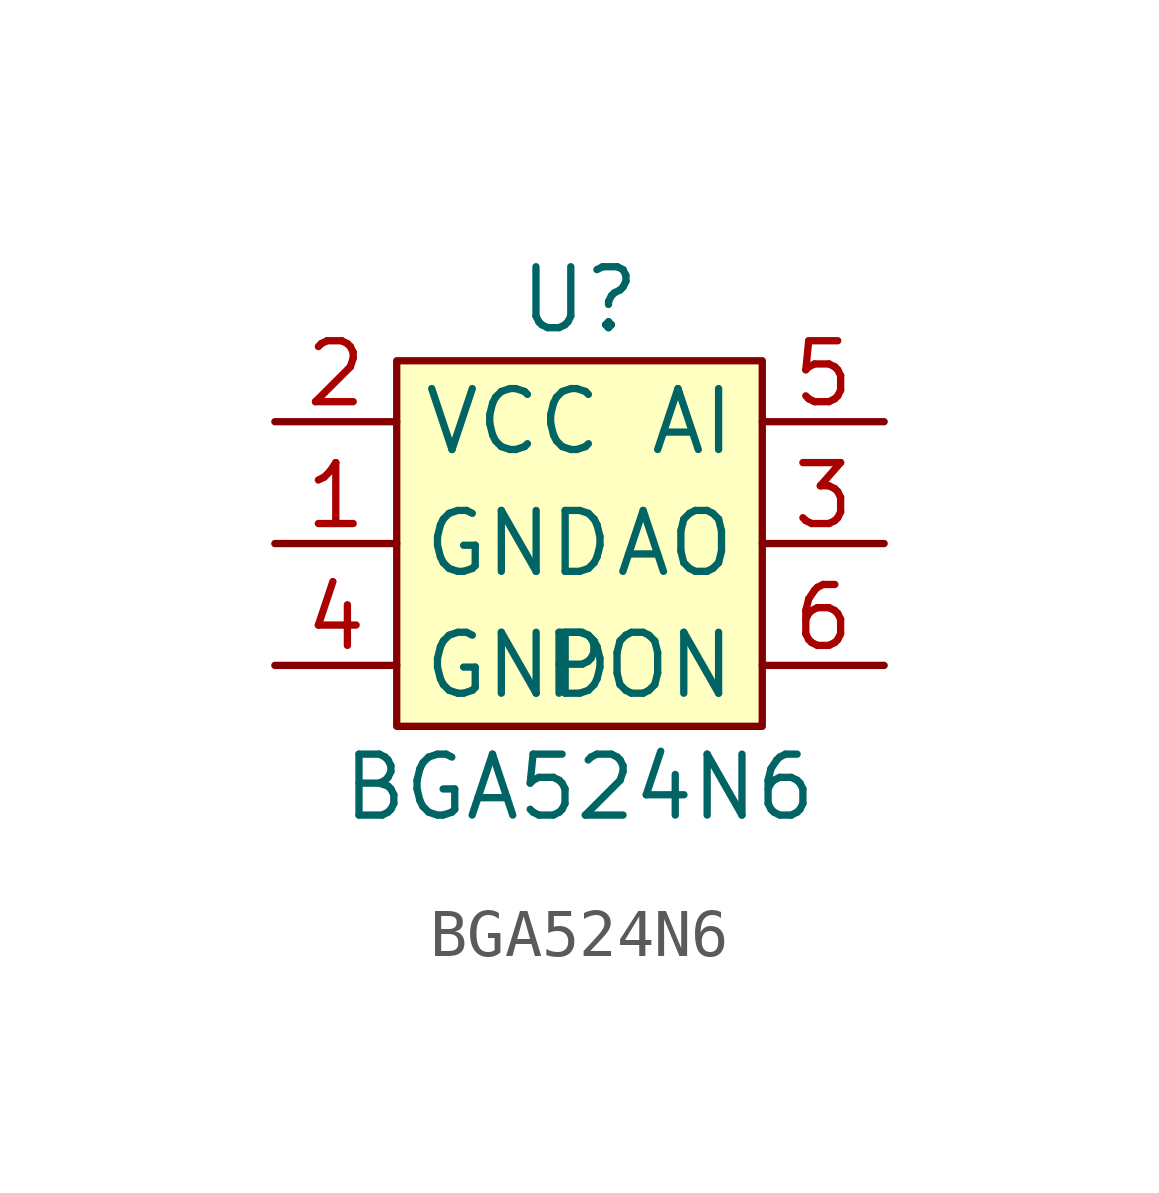
<source format=kicad_sym>
(kicad_symbol_lib
  (version 20220914)
  (generator kicad_symbol_editor)
  (symbol "BGA524N6"
    (property "Reference" "U"
      (at 0 5.08 0)
      (effects (font (size 1.27 1.27))))
    (property "Value" "BGA524N6"
      (at 0 -5.08 0)
      (effects (font (size 1.27 1.27))))
    (symbol "BGA524N6_1_1"
      (rectangle (start -3.81 3.81) (end 3.81 -3.81) (stroke (width 0) (type default)) (fill (type background)))
      (pin power_in line (at -6.35 0 0) (length 2.54) (name "GND" (effects (font (size 1.27 1.27)))) (number "1" (effects (font (size 1.27 1.27)))))
      (pin power_in line (at -6.35 2.54 0) (length 2.54) (name "VCC" (effects (font (size 1.27 1.27)))) (number "2" (effects (font (size 1.27 1.27)))))
      (pin output line (at 6.35 0 180) (length 2.54) (name "AO" (effects (font (size 1.27 1.27)))) (number "3" (effects (font (size 1.27 1.27)))))
      (pin power_in line (at -6.35 -2.54 0) (length 2.54) (name "GND" (effects (font (size 1.27 1.27)))) (number "4" (effects (font (size 1.27 1.27)))))
      (pin input line (at 6.35 2.54 180) (length 2.54) (name "AI" (effects (font (size 1.27 1.27)))) (number "5" (effects (font (size 1.27 1.27)))))
      (pin input line (at 6.35 -2.54 180) (length 2.54) (name "PON" (effects (font (size 1.27 1.27)))) (number "6" (effects (font (size 1.27 1.27))))))))
</source>
